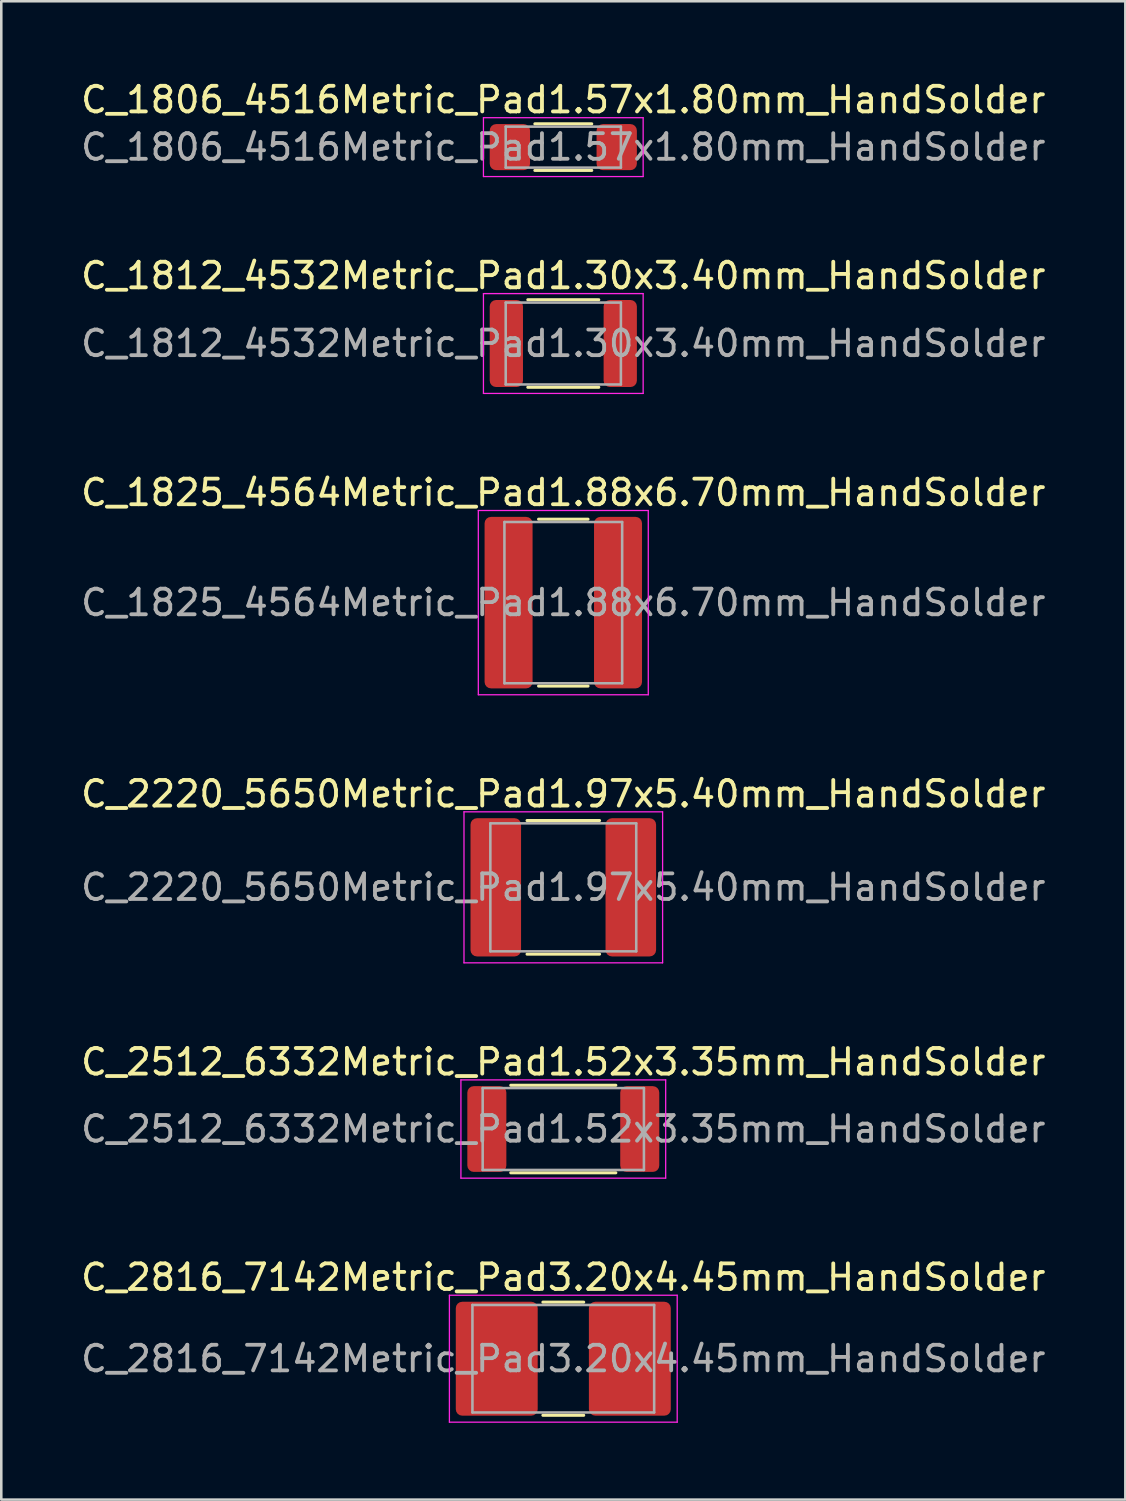
<source format=kicad_pcb>
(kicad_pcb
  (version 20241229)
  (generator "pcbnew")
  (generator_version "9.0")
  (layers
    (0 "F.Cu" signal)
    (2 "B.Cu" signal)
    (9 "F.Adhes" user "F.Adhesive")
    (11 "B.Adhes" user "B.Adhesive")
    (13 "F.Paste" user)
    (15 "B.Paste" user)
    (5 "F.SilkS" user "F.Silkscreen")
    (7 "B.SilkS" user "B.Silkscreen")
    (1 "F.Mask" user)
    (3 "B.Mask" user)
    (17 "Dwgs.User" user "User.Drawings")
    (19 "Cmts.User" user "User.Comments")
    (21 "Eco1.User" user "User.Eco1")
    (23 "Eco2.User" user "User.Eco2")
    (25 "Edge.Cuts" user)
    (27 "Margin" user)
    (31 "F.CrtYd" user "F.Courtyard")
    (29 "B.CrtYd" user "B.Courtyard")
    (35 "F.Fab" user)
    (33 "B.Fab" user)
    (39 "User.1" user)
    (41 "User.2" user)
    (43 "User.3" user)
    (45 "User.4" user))
  (footprint "C_2816_7142Metric_Pad3.20x4.45mm_HandSolder"
    (layer "F.Cu")
    (at 18.958 50.035)
    (property "Reference" "C_2816_7142Metric_Pad3.20x4.45mm_HandSolder" (at 0 -3.18 0) (layer "F.SilkS") (effects (font (size 1 1) (thickness 0.15))))
    (attr smd)
    (fp_line (start -0.797 -2.21) (end 0.797 -2.21) (stroke (width 0.12) (type solid)) (layer "F.SilkS"))
    (fp_line (start -0.797 2.21) (end 0.797 2.21) (stroke (width 0.12) (type solid)) (layer "F.SilkS"))
    (fp_line (start -4.45 -2.48) (end 4.45 -2.48) (stroke (width 0.05) (type solid)) (layer "F.CrtYd"))
    (fp_line (start -4.45 2.48) (end -4.45 -2.48) (stroke (width 0.05) (type solid)) (layer "F.CrtYd"))
    (fp_line (start 4.45 -2.48) (end 4.45 2.48) (stroke (width 0.05) (type solid)) (layer "F.CrtYd"))
    (fp_line (start 4.45 2.48) (end -4.45 2.48) (stroke (width 0.05) (type solid)) (layer "F.CrtYd"))
    (fp_line (start -3.55 -2.1) (end 3.55 -2.1) (stroke (width 0.1) (type solid)) (layer "F.Fab"))
    (fp_line (start -3.55 2.1) (end -3.55 -2.1) (stroke (width 0.1) (type solid)) (layer "F.Fab"))
    (fp_line (start 3.55 -2.1) (end 3.55 2.1) (stroke (width 0.1) (type solid)) (layer "F.Fab"))
    (fp_line (start 3.55 2.1) (end -3.55 2.1) (stroke (width 0.1) (type solid)) (layer "F.Fab"))
    (fp_text user "${REFERENCE}" (at 0 0 0) (layer "F.Fab") (effects (font (size 1 1) (thickness 0.15))))
    (pad "1" smd roundrect (at -2.6 0) (size 3.2 4.45) (layers "F.Cu" "F.Mask" "F.Paste") (roundrect_rratio 0.078))
    (pad "2" smd roundrect (at 2.6 0) (size 3.2 4.45) (layers "F.Cu" "F.Mask" "F.Paste") (roundrect_rratio 0.078)))
  (footprint "C_2512_6332Metric_Pad1.52x3.35mm_HandSolder"
    (layer "F.Cu")
    (at 18.958 41.061)
    (property "Reference" "C_2512_6332Metric_Pad1.52x3.35mm_HandSolder" (at 0 -2.62 0) (layer "F.SilkS") (effects (font (size 1 1) (thickness 0.15))))
    (attr smd)
    (fp_line (start -2.052 -1.71) (end 2.052 -1.71) (stroke (width 0.12) (type solid)) (layer "F.SilkS"))
    (fp_line (start -2.052 1.71) (end 2.052 1.71) (stroke (width 0.12) (type solid)) (layer "F.SilkS"))
    (fp_line (start -4 -1.92) (end 4 -1.92) (stroke (width 0.05) (type solid)) (layer "F.CrtYd"))
    (fp_line (start -4 1.92) (end -4 -1.92) (stroke (width 0.05) (type solid)) (layer "F.CrtYd"))
    (fp_line (start 4 -1.92) (end 4 1.92) (stroke (width 0.05) (type solid)) (layer "F.CrtYd"))
    (fp_line (start 4 1.92) (end -4 1.92) (stroke (width 0.05) (type solid)) (layer "F.CrtYd"))
    (fp_line (start -3.15 -1.6) (end 3.15 -1.6) (stroke (width 0.1) (type solid)) (layer "F.Fab"))
    (fp_line (start -3.15 1.6) (end -3.15 -1.6) (stroke (width 0.1) (type solid)) (layer "F.Fab"))
    (fp_line (start 3.15 -1.6) (end 3.15 1.6) (stroke (width 0.1) (type solid)) (layer "F.Fab"))
    (fp_line (start 3.15 1.6) (end -3.15 1.6) (stroke (width 0.1) (type solid)) (layer "F.Fab"))
    (fp_text user "${REFERENCE}" (at 0 0 0) (layer "F.Fab") (effects (font (size 1 1) (thickness 0.15))))
    (pad "1" smd roundrect (at -2.987 0) (size 1.525 3.35) (layers "F.Cu" "F.Mask" "F.Paste") (roundrect_rratio 0.164))
    (pad "2" smd roundrect (at 2.987 0) (size 1.525 3.35) (layers "F.Cu" "F.Mask" "F.Paste") (roundrect_rratio 0.164)))
  (footprint "C_1806_4516Metric_Pad1.57x1.80mm_HandSolder"
    (layer "F.Cu")
    (at 18.958 2.698)
    (property "Reference" "C_1806_4516Metric_Pad1.57x1.80mm_HandSolder" (at 0 -1.85 0) (layer "F.SilkS") (effects (font (size 1 1) (thickness 0.15))))
    (attr smd)
    (fp_line (start -1.111 -0.91) (end 1.111 -0.91) (stroke (width 0.12) (type solid)) (layer "F.SilkS"))
    (fp_line (start -1.111 0.91) (end 1.111 0.91) (stroke (width 0.12) (type solid)) (layer "F.SilkS"))
    (fp_line (start -3.12 -1.15) (end 3.12 -1.15) (stroke (width 0.05) (type solid)) (layer "F.CrtYd"))
    (fp_line (start -3.12 1.15) (end -3.12 -1.15) (stroke (width 0.05) (type solid)) (layer "F.CrtYd"))
    (fp_line (start 3.12 -1.15) (end 3.12 1.15) (stroke (width 0.05) (type solid)) (layer "F.CrtYd"))
    (fp_line (start 3.12 1.15) (end -3.12 1.15) (stroke (width 0.05) (type solid)) (layer "F.CrtYd"))
    (fp_line (start -2.25 -0.8) (end 2.25 -0.8) (stroke (width 0.1) (type solid)) (layer "F.Fab"))
    (fp_line (start -2.25 0.8) (end -2.25 -0.8) (stroke (width 0.1) (type solid)) (layer "F.Fab"))
    (fp_line (start 2.25 -0.8) (end 2.25 0.8) (stroke (width 0.1) (type solid)) (layer "F.Fab"))
    (fp_line (start 2.25 0.8) (end -2.25 0.8) (stroke (width 0.1) (type solid)) (layer "F.Fab"))
    (fp_text user "${REFERENCE}" (at 0 0 0) (layer "F.Fab") (effects (font (size 1 1) (thickness 0.15))))
    (pad "1" smd roundrect (at -2.087 0) (size 1.575 1.8) (layers "F.Cu" "F.Mask" "F.Paste") (roundrect_rratio 0.159))
    (pad "2" smd roundrect (at 2.087 0) (size 1.575 1.8) (layers "F.Cu" "F.Mask" "F.Paste") (roundrect_rratio 0.159)))
  (footprint "C_2220_5650Metric_Pad1.97x5.40mm_HandSolder"
    (layer "F.Cu")
    (at 18.958 31.618)
    (property "Reference" "C_2220_5650Metric_Pad1.97x5.40mm_HandSolder" (at 0 -3.65 0) (layer "F.SilkS") (effects (font (size 1 1) (thickness 0.15))))
    (attr smd)
    (fp_line (start -1.416 -2.61) (end 1.416 -2.61) (stroke (width 0.12) (type solid)) (layer "F.SilkS"))
    (fp_line (start -1.416 2.61) (end 1.416 2.61) (stroke (width 0.12) (type solid)) (layer "F.SilkS"))
    (fp_line (start -3.88 -2.95) (end 3.88 -2.95) (stroke (width 0.05) (type solid)) (layer "F.CrtYd"))
    (fp_line (start -3.88 2.95) (end -3.88 -2.95) (stroke (width 0.05) (type solid)) (layer "F.CrtYd"))
    (fp_line (start 3.88 -2.95) (end 3.88 2.95) (stroke (width 0.05) (type solid)) (layer "F.CrtYd"))
    (fp_line (start 3.88 2.95) (end -3.88 2.95) (stroke (width 0.05) (type solid)) (layer "F.CrtYd"))
    (fp_line (start -2.85 -2.5) (end 2.85 -2.5) (stroke (width 0.1) (type solid)) (layer "F.Fab"))
    (fp_line (start -2.85 2.5) (end -2.85 -2.5) (stroke (width 0.1) (type solid)) (layer "F.Fab"))
    (fp_line (start 2.85 -2.5) (end 2.85 2.5) (stroke (width 0.1) (type solid)) (layer "F.Fab"))
    (fp_line (start 2.85 2.5) (end -2.85 2.5) (stroke (width 0.1) (type solid)) (layer "F.Fab"))
    (fp_text user "${REFERENCE}" (at 0 0 0) (layer "F.Fab") (effects (font (size 1 1) (thickness 0.15))))
    (pad "1" smd roundrect (at -2.638 0) (size 1.975 5.4) (layers "F.Cu" "F.Mask" "F.Paste") (roundrect_rratio 0.127))
    (pad "2" smd roundrect (at 2.638 0) (size 1.975 5.4) (layers "F.Cu" "F.Mask" "F.Paste") (roundrect_rratio 0.127)))
  (footprint "C_1812_4532Metric_Pad1.30x3.40mm_HandSolder"
    (layer "F.Cu")
    (at 18.958 10.371)
    (property "Reference" "C_1812_4532Metric_Pad1.30x3.40mm_HandSolder" (at 0 -2.65 0) (layer "F.SilkS") (effects (font (size 1 1) (thickness 0.15))))
    (attr smd)
    (fp_line (start -1.386 -1.71) (end 1.386 -1.71) (stroke (width 0.12) (type solid)) (layer "F.SilkS"))
    (fp_line (start -1.386 1.71) (end 1.386 1.71) (stroke (width 0.12) (type solid)) (layer "F.SilkS"))
    (fp_line (start -3.12 -1.95) (end 3.12 -1.95) (stroke (width 0.05) (type solid)) (layer "F.CrtYd"))
    (fp_line (start -3.12 1.95) (end -3.12 -1.95) (stroke (width 0.05) (type solid)) (layer "F.CrtYd"))
    (fp_line (start 3.12 -1.95) (end 3.12 1.95) (stroke (width 0.05) (type solid)) (layer "F.CrtYd"))
    (fp_line (start 3.12 1.95) (end -3.12 1.95) (stroke (width 0.05) (type solid)) (layer "F.CrtYd"))
    (fp_line (start -2.25 -1.6) (end 2.25 -1.6) (stroke (width 0.1) (type solid)) (layer "F.Fab"))
    (fp_line (start -2.25 1.6) (end -2.25 -1.6) (stroke (width 0.1) (type solid)) (layer "F.Fab"))
    (fp_line (start 2.25 -1.6) (end 2.25 1.6) (stroke (width 0.1) (type solid)) (layer "F.Fab"))
    (fp_line (start 2.25 1.6) (end -2.25 1.6) (stroke (width 0.1) (type solid)) (layer "F.Fab"))
    (fp_text user "${REFERENCE}" (at 0 0 0) (layer "F.Fab") (effects (font (size 1 1) (thickness 0.15))))
    (pad "1" smd roundrect (at -2.225 0) (size 1.3 3.4) (layers "F.Cu" "F.Mask" "F.Paste") (roundrect_rratio 0.192))
    (pad "2" smd roundrect (at 2.225 0) (size 1.3 3.4) (layers "F.Cu" "F.Mask" "F.Paste") (roundrect_rratio 0.192)))
  (footprint "C_1825_4564Metric_Pad1.88x6.70mm_HandSolder"
    (layer "F.Cu")
    (at 18.958 20.495)
    (property "Reference" "C_1825_4564Metric_Pad1.88x6.70mm_HandSolder" (at 0 -4.3 0) (layer "F.SilkS") (effects (font (size 1 1) (thickness 0.15))))
    (attr smd)
    (fp_line (start -0.966 -3.26) (end 0.966 -3.26) (stroke (width 0.12) (type solid)) (layer "F.SilkS"))
    (fp_line (start -0.966 3.26) (end 0.966 3.26) (stroke (width 0.12) (type solid)) (layer "F.SilkS"))
    (fp_line (start -3.32 -3.6) (end 3.32 -3.6) (stroke (width 0.05) (type solid)) (layer "F.CrtYd"))
    (fp_line (start -3.32 3.6) (end -3.32 -3.6) (stroke (width 0.05) (type solid)) (layer "F.CrtYd"))
    (fp_line (start 3.32 -3.6) (end 3.32 3.6) (stroke (width 0.05) (type solid)) (layer "F.CrtYd"))
    (fp_line (start 3.32 3.6) (end -3.32 3.6) (stroke (width 0.05) (type solid)) (layer "F.CrtYd"))
    (fp_line (start -2.3 -3.15) (end 2.3 -3.15) (stroke (width 0.1) (type solid)) (layer "F.Fab"))
    (fp_line (start -2.3 3.15) (end -2.3 -3.15) (stroke (width 0.1) (type solid)) (layer "F.Fab"))
    (fp_line (start 2.3 -3.15) (end 2.3 3.15) (stroke (width 0.1) (type solid)) (layer "F.Fab"))
    (fp_line (start 2.3 3.15) (end -2.3 3.15) (stroke (width 0.1) (type solid)) (layer "F.Fab"))
    (fp_text user "${REFERENCE}" (at 0 0 0) (layer "F.Fab") (effects (font (size 1 1) (thickness 0.15))))
    (pad "1" smd roundrect (at -2.138 0) (size 1.875 6.7) (layers "F.Cu" "F.Mask" "F.Paste") (roundrect_rratio 0.133))
    (pad "2" smd roundrect (at 2.138 0) (size 1.875 6.7) (layers "F.Cu" "F.Mask" "F.Paste") (roundrect_rratio 0.133)))
  (gr_rect
    (start -3 -3)
    (end 40.917 55.539)
    (stroke (width 0.1) (type default))
    (fill no)
    (layer "Edge.Cuts")))
</source>
